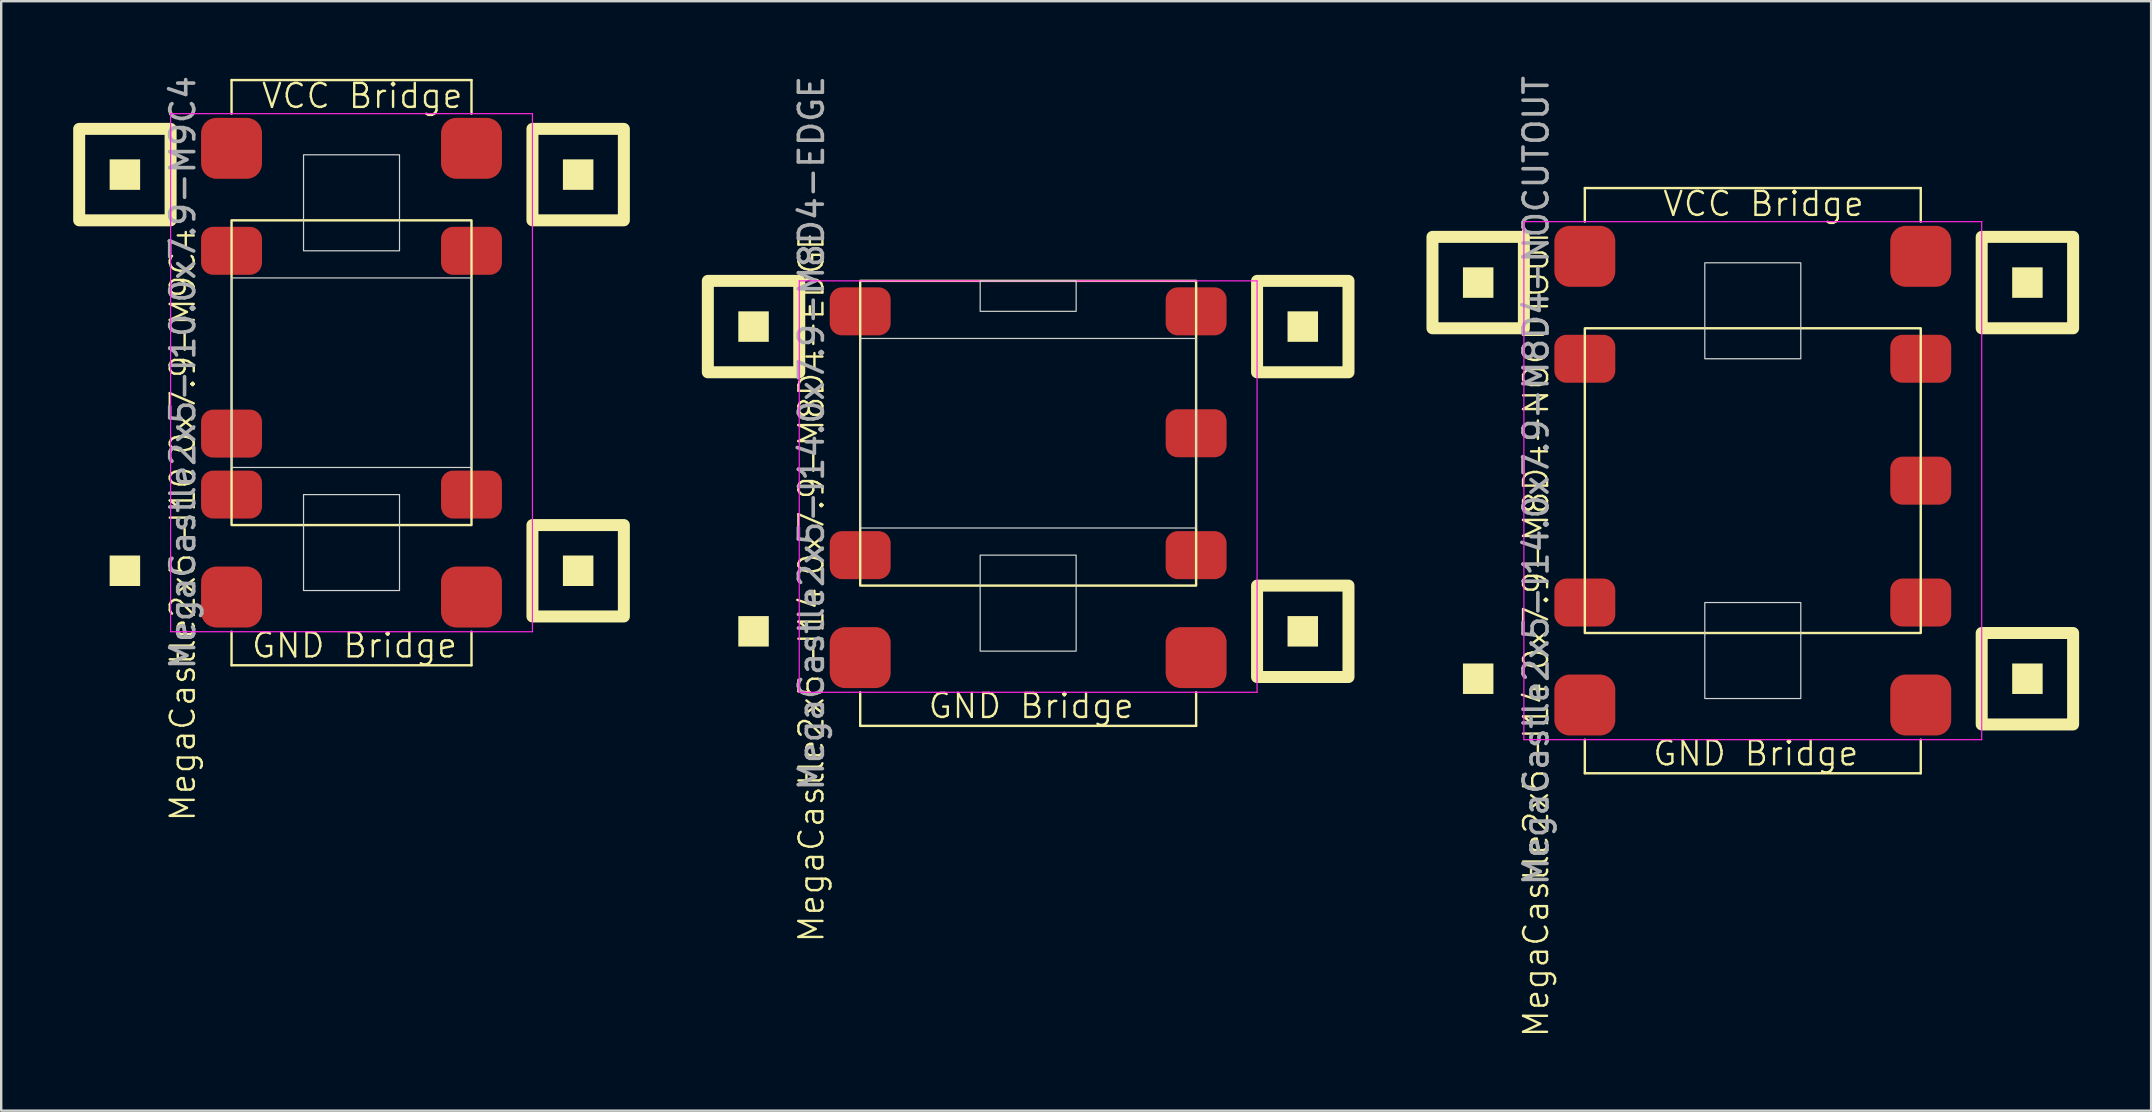
<source format=kicad_pcb>
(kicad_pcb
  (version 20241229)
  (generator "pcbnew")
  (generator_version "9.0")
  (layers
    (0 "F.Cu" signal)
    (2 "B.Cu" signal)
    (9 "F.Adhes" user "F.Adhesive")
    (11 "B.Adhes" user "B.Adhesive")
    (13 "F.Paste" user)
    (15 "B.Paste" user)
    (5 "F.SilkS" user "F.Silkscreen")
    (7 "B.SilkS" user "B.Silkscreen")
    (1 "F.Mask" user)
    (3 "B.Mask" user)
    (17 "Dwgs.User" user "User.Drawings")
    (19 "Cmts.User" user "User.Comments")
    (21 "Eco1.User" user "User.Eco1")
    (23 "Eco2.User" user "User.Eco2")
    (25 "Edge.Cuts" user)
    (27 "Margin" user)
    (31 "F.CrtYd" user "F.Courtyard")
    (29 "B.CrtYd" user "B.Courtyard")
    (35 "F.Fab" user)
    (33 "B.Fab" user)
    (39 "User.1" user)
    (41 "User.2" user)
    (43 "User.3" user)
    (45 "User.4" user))
  (footprint "MegaCastle2x5-I10.0x7.9-M9C4"
    (layer "F.Cu")
    (at 11.6 12.482)
    (property "Reference" "MegaCastle2x5-I10.0x7.9-M9C4" (at -7.032 6.35 90) (unlocked yes) (layer "F.SilkS") (effects (font (size 1 1) (thickness 0.1))))
    (attr smd)
    (fp_line (start -5 -12.195) (end 5 -12.195) (stroke (width 0.1) (type default)) (layer "F.SilkS"))
    (fp_line (start -5 -10.795) (end -5 -12.195) (stroke (width 0.1) (type default)) (layer "F.SilkS"))
    (fp_line (start -5 10.795) (end -5 12.195) (stroke (width 0.1) (type default)) (layer "F.SilkS"))
    (fp_line (start -5 12.195) (end 5 12.195) (stroke (width 0.1) (type default)) (layer "F.SilkS"))
    (fp_line (start 5 -10.795) (end 5 -12.195) (stroke (width 0.1) (type default)) (layer "F.SilkS"))
    (fp_line (start 5 10.795) (end 5 12.195) (stroke (width 0.1) (type default)) (layer "F.SilkS"))
    (fp_rect (start -8.81 -7.62) (end -10.08 -8.89) (stroke (width 0) (type solid)) (fill yes) (layer "F.SilkS"))
    (fp_rect (start -8.81 8.89) (end -10.08 7.62) (stroke (width 0) (type solid)) (fill yes) (layer "F.SilkS"))
    (fp_rect (start -7.54 -6.35) (end -11.35 -10.16) (stroke (width 0.5) (type default)) (fill no) (layer "F.SilkS"))
    (fp_rect (start -5 -6.35) (end 5 6.35) (stroke (width 0.1) (type default)) (fill no) (layer "F.SilkS"))
    (fp_rect (start 10.08 -7.62) (end 8.81 -8.89) (stroke (width 0) (type solid)) (fill yes) (layer "F.SilkS"))
    (fp_rect (start 10.08 8.89) (end 8.81 7.62) (stroke (width 0) (type solid)) (fill yes) (layer "F.SilkS"))
    (fp_rect (start 11.35 -6.35) (end 7.54 -10.16) (stroke (width 0.5) (type default)) (fill no) (layer "F.SilkS"))
    (fp_rect (start 11.35 10.16) (end 7.54 6.35) (stroke (width 0.5) (type default)) (fill no) (layer "F.SilkS"))
    (fp_rect (start -5 -3.95) (end 5 3.95) (stroke (width 0.05) (type default)) (fill no) (layer "Edge.Cuts"))
    (fp_rect (start -2 -5.08) (end 2 -9.08) (stroke (width 0.05) (type default)) (fill no) (layer "Edge.Cuts"))
    (fp_rect (start -2 5.08) (end 2 9.08) (stroke (width 0.05) (type default)) (fill no) (layer "Edge.Cuts"))
    (fp_line (start -7.54 -10.795) (end -7.54 10.795) (stroke (width 0.05) (type default)) (layer "F.CrtYd"))
    (fp_line (start -7.54 10.795) (end 7.54 10.795) (stroke (width 0.05) (type default)) (layer "F.CrtYd"))
    (fp_line (start 7.54 -10.795) (end -7.54 -10.795) (stroke (width 0.05) (type default)) (layer "F.CrtYd"))
    (fp_line (start 7.54 -10.795) (end 7.54 10.795) (stroke (width 0.05) (type default)) (layer "F.CrtYd"))
    (fp_text user "GND Bridge" (at -4.226 11.95 0) (unlocked yes) (layer "F.SilkS") (effects (font (size 1 1) (thickness 0.1)) (justify left bottom)))
    (fp_text user "VCC Bridge" (at -3.81 -10.95 0) (unlocked yes) (layer "F.SilkS") (effects (font (size 1 1) (thickness 0.1)) (justify left bottom)))
    (fp_text user "${REFERENCE}" (at -7.032 0 90) (unlocked yes) (layer "F.Fab") (effects (font (size 1 1) (thickness 0.15))))
    (pad "1" smd roundrect (at -5 -5.08) (size 2.54 2) (layers "F.Cu" "F.Mask" "F.Paste") (roundrect_rratio 0.25))
    (pad "4" smd roundrect (at -5 2.54) (size 2.54 2) (layers "F.Cu" "F.Mask" "F.Paste") (roundrect_rratio 0.25))
    (pad "5" smd roundrect (at -5 5.08) (size 2.54 2) (layers "F.Cu" "F.Mask" "F.Paste") (roundrect_rratio 0.25))
    (pad "6" smd roundrect (at 5 -5.08) (size 2.54 2) (layers "F.Cu" "F.Mask" "F.Paste") (roundrect_rratio 0.25))
    (pad "10" smd roundrect (at 5 5.08) (size 2.54 2) (layers "F.Cu" "F.Mask" "F.Paste") (roundrect_rratio 0.25))
    (pad "A1" smd roundrect (at -5 -9.35) (size 2.54 2.54) (layers "F.Cu" "F.Mask" "F.Paste") (roundrect_rratio 0.25))
    (pad "A2" smd roundrect (at 5 -9.35) (size 2.54 2.54) (layers "F.Cu" "F.Mask" "F.Paste") (roundrect_rratio 0.25))
    (pad "B1" smd roundrect (at -5 9.35) (size 2.54 2.54) (layers "F.Cu" "F.Mask" "F.Paste") (roundrect_rratio 0.25))
    (pad "B2" smd roundrect (at 5 9.35) (size 2.54 2.54) (layers "F.Cu" "F.Mask" "F.Paste") (roundrect_rratio 0.25)))
  (footprint "MegaCastle2x5-I14.0x7.9-M8D4-EDGE"
    (layer "F.Cu")
    (at 39.8 15.006)
    (property "Reference" "MegaCastle2x5-I14.0x7.9-M8D4-EDGE" (at -9.032 6.35 90) (unlocked yes) (layer "F.SilkS") (effects (font (size 1 1) (thickness 0.1))))
    (attr smd)
    (fp_line (start -7 10.795) (end -7 12.195) (stroke (width 0.1) (type default)) (layer "F.SilkS"))
    (fp_line (start -7 12.195) (end 7 12.195) (stroke (width 0.1) (type default)) (layer "F.SilkS"))
    (fp_line (start 7 10.795) (end 7 12.195) (stroke (width 0.1) (type default)) (layer "F.SilkS"))
    (fp_rect (start -10.81 -3.81) (end -12.08 -5.08) (stroke (width 0) (type solid)) (fill yes) (layer "F.SilkS"))
    (fp_rect (start -10.81 8.89) (end -12.08 7.62) (stroke (width 0) (type solid)) (fill yes) (layer "F.SilkS"))
    (fp_rect (start -9.54 -2.54) (end -13.35 -6.35) (stroke (width 0.5) (type default)) (fill no) (layer "F.SilkS"))
    (fp_rect (start -7 -6.35) (end 7 6.35) (stroke (width 0.1) (type default)) (fill no) (layer "F.SilkS"))
    (fp_rect (start 12.08 -3.81) (end 10.81 -5.08) (stroke (width 0) (type solid)) (fill yes) (layer "F.SilkS"))
    (fp_rect (start 12.08 8.89) (end 10.81 7.62) (stroke (width 0) (type solid)) (fill yes) (layer "F.SilkS"))
    (fp_rect (start 13.35 -2.54) (end 9.54 -6.35) (stroke (width 0.5) (type default)) (fill no) (layer "F.SilkS"))
    (fp_rect (start 13.35 10.16) (end 9.54 6.35) (stroke (width 0.5) (type default)) (fill no) (layer "F.SilkS"))
    (fp_rect (start -7 -3.95) (end 7 3.95) (stroke (width 0.05) (type default)) (fill no) (layer "Edge.Cuts"))
    (fp_rect (start -2 -5.08) (end 2 -6.35) (stroke (width 0.05) (type default)) (fill no) (layer "Edge.Cuts"))
    (fp_rect (start -2 5.08) (end 2 9.08) (stroke (width 0.05) (type default)) (fill no) (layer "Edge.Cuts"))
    (fp_line (start -9.54 -6.35) (end -9.54 10.795) (stroke (width 0.05) (type default)) (layer "F.CrtYd"))
    (fp_line (start -9.54 10.795) (end 9.54 10.795) (stroke (width 0.05) (type default)) (layer "F.CrtYd"))
    (fp_line (start 9.54 -6.35) (end -9.54 -6.35) (stroke (width 0.05) (type default)) (layer "F.CrtYd"))
    (fp_line (start 9.54 -6.35) (end 9.54 10.795) (stroke (width 0.05) (type default)) (layer "F.CrtYd"))
    (fp_text user "GND Bridge" (at -4.226 11.95 0) (unlocked yes) (layer "F.SilkS") (effects (font (size 1 1) (thickness 0.1)) (justify left bottom)))
    (fp_text user "${REFERENCE}" (at -9.032 0 90) (unlocked yes) (layer "F.Fab") (effects (font (size 1 1) (thickness 0.15))))
    (pad "1" smd roundrect (at -7 -5.08) (size 2.54 2) (layers "F.Cu" "F.Mask" "F.Paste") (roundrect_rratio 0.25))
    (pad "5" smd roundrect (at -7 5.08) (size 2.54 2) (layers "F.Cu" "F.Mask" "F.Paste") (roundrect_rratio 0.25))
    (pad "6" smd roundrect (at 7 -5.08) (size 2.54 2) (layers "F.Cu" "F.Mask" "F.Paste") (roundrect_rratio 0.25))
    (pad "8" smd roundrect (at 7 0) (size 2.54 2) (layers "F.Cu" "F.Mask" "F.Paste") (roundrect_rratio 0.25))
    (pad "10" smd roundrect (at 7 5.08) (size 2.54 2) (layers "F.Cu" "F.Mask" "F.Paste") (roundrect_rratio 0.25))
    (pad "B1" smd roundrect (at -7 9.35) (size 2.54 2.54) (layers "F.Cu" "F.Mask" "F.Paste") (roundrect_rratio 0.25))
    (pad "B2" smd roundrect (at 7 9.35) (size 2.54 2.54) (layers "F.Cu" "F.Mask" "F.Paste") (roundrect_rratio 0.25)))
  (footprint "MegaCastle2x5-I14.0x7.9-M8D4-NOCUTOUT"
    (layer "F.Cu")
    (at 70 16.982)
    (property "Reference" "MegaCastle2x5-I14.0x7.9-M8D4-NOCUTOUT" (at -9.032 6.35 90) (unlocked yes) (layer "F.SilkS") (effects (font (size 1 1) (thickness 0.1))))
    (attr smd)
    (fp_line (start -7 -12.195) (end 7 -12.195) (stroke (width 0.1) (type default)) (layer "F.SilkS"))
    (fp_line (start -7 -10.795) (end -7 -12.195) (stroke (width 0.1) (type default)) (layer "F.SilkS"))
    (fp_line (start -7 10.795) (end -7 12.195) (stroke (width 0.1) (type default)) (layer "F.SilkS"))
    (fp_line (start -7 12.195) (end 7 12.195) (stroke (width 0.1) (type default)) (layer "F.SilkS"))
    (fp_line (start 7 -10.795) (end 7 -12.195) (stroke (width 0.1) (type default)) (layer "F.SilkS"))
    (fp_line (start 7 10.795) (end 7 12.195) (stroke (width 0.1) (type default)) (layer "F.SilkS"))
    (fp_rect (start -10.81 -7.62) (end -12.08 -8.89) (stroke (width 0) (type solid)) (fill yes) (layer "F.SilkS"))
    (fp_rect (start -10.81 8.89) (end -12.08 7.62) (stroke (width 0) (type solid)) (fill yes) (layer "F.SilkS"))
    (fp_rect (start -9.54 -6.35) (end -13.35 -10.16) (stroke (width 0.5) (type default)) (fill no) (layer "F.SilkS"))
    (fp_rect (start -7 -6.35) (end 7 6.35) (stroke (width 0.1) (type default)) (fill no) (layer "F.SilkS"))
    (fp_rect (start 12.08 -7.62) (end 10.81 -8.89) (stroke (width 0) (type solid)) (fill yes) (layer "F.SilkS"))
    (fp_rect (start 12.08 8.89) (end 10.81 7.62) (stroke (width 0) (type solid)) (fill yes) (layer "F.SilkS"))
    (fp_rect (start 13.35 -6.35) (end 9.54 -10.16) (stroke (width 0.5) (type default)) (fill no) (layer "F.SilkS"))
    (fp_rect (start 13.35 10.16) (end 9.54 6.35) (stroke (width 0.5) (type default)) (fill no) (layer "F.SilkS"))
    (fp_rect (start -2 -5.08) (end 2 -9.08) (stroke (width 0.05) (type default)) (fill no) (layer "Edge.Cuts"))
    (fp_rect (start -2 5.08) (end 2 9.08) (stroke (width 0.05) (type default)) (fill no) (layer "Edge.Cuts"))
    (fp_line (start -9.54 -10.795) (end -9.54 10.795) (stroke (width 0.05) (type default)) (layer "F.CrtYd"))
    (fp_line (start -9.54 10.795) (end 9.54 10.795) (stroke (width 0.05) (type default)) (layer "F.CrtYd"))
    (fp_line (start 9.54 -10.795) (end -9.54 -10.795) (stroke (width 0.05) (type default)) (layer "F.CrtYd"))
    (fp_line (start 9.54 -10.795) (end 9.54 10.795) (stroke (width 0.05) (type default)) (layer "F.CrtYd"))
    (fp_text user "VCC Bridge" (at -3.81 -10.95 0) (unlocked yes) (layer "F.SilkS") (effects (font (size 1 1) (thickness 0.1)) (justify left bottom)))
    (fp_text user "GND Bridge" (at -4.226 11.95 0) (unlocked yes) (layer "F.SilkS") (effects (font (size 1 1) (thickness 0.1)) (justify left bottom)))
    (fp_text user "${REFERENCE}" (at -9.032 0 90) (unlocked yes) (layer "F.Fab") (effects (font (size 1 1) (thickness 0.15))))
    (pad "1" smd roundrect (at -7 -5.08) (size 2.54 2) (layers "F.Cu" "F.Mask" "F.Paste") (roundrect_rratio 0.25))
    (pad "5" smd roundrect (at -7 5.08) (size 2.54 2) (layers "F.Cu" "F.Mask" "F.Paste") (roundrect_rratio 0.25))
    (pad "6" smd roundrect (at 7 -5.08) (size 2.54 2) (layers "F.Cu" "F.Mask" "F.Paste") (roundrect_rratio 0.25))
    (pad "8" smd roundrect (at 7 0) (size 2.54 2) (layers "F.Cu" "F.Mask" "F.Paste") (roundrect_rratio 0.25))
    (pad "10" smd roundrect (at 7 5.08) (size 2.54 2) (layers "F.Cu" "F.Mask" "F.Paste") (roundrect_rratio 0.25))
    (pad "A1" smd roundrect (at -7 -9.35) (size 2.54 2.54) (layers "F.Cu" "F.Mask" "F.Paste") (roundrect_rratio 0.25))
    (pad "A2" smd roundrect (at 7 -9.35) (size 2.54 2.54) (layers "F.Cu" "F.Mask" "F.Paste") (roundrect_rratio 0.25))
    (pad "B1" smd roundrect (at -7 9.35) (size 2.54 2.54) (layers "F.Cu" "F.Mask" "F.Paste") (roundrect_rratio 0.25))
    (pad "B2" smd roundrect (at 7 9.35) (size 2.54 2.54) (layers "F.Cu" "F.Mask" "F.Paste") (roundrect_rratio 0.25)))
  (gr_rect
    (start -3 -3)
    (end 86.6 43.239)
    (stroke (width 0.1) (type default))
    (fill no)
    (layer "Edge.Cuts")))
</source>
